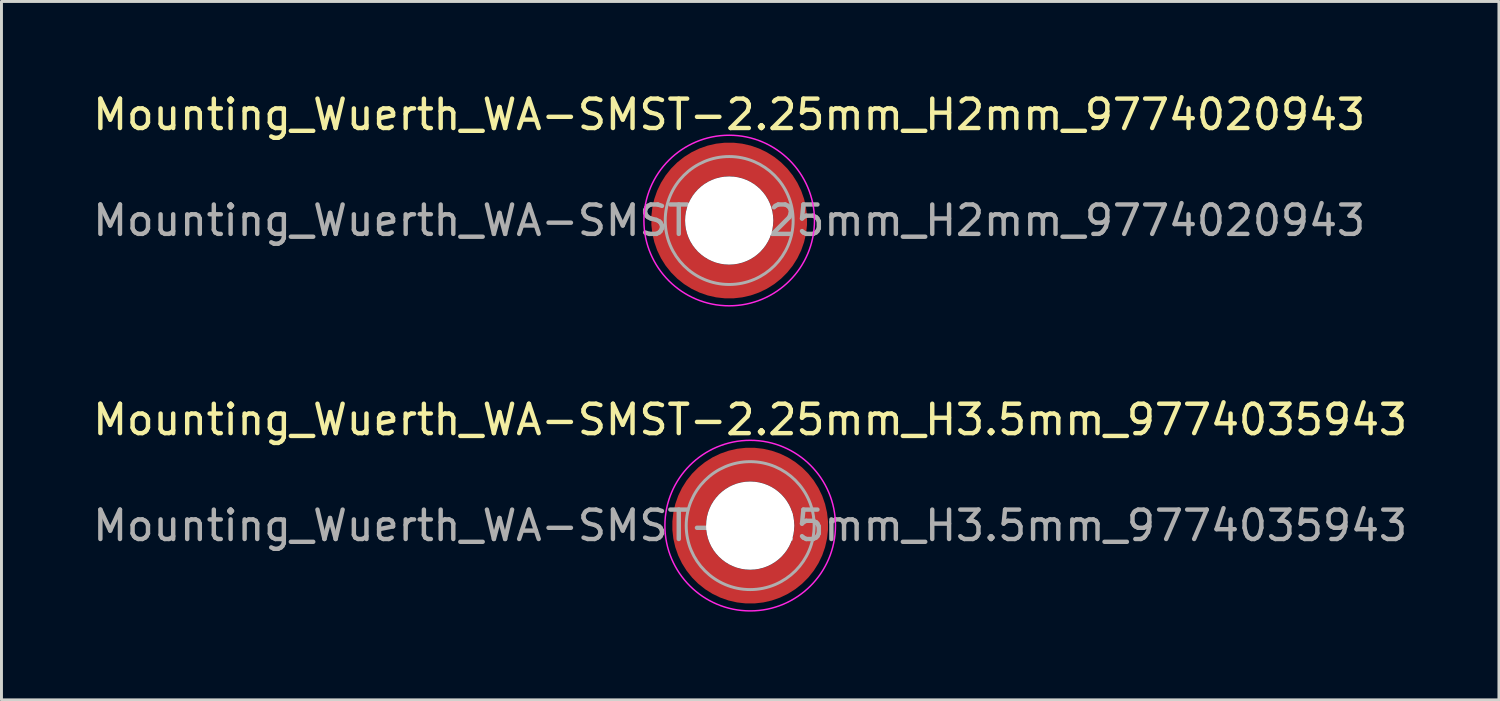
<source format=kicad_pcb>
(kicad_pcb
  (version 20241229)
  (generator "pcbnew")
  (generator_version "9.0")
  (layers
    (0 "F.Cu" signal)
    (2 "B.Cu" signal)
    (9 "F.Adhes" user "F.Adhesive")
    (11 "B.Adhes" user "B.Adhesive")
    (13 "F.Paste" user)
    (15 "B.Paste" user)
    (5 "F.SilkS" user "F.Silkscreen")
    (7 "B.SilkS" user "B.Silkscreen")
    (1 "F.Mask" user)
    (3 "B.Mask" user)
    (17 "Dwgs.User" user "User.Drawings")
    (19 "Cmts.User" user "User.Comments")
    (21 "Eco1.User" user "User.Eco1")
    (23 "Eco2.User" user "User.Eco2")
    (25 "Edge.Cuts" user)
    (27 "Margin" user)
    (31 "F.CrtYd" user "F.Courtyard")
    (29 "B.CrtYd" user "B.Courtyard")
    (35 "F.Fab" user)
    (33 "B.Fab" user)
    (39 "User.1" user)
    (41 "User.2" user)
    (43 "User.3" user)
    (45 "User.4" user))
  (footprint "Mounting_Wuerth_WA-SMST-2.25mm_H2mm_9774020943"
    (layer "F.Cu")
    (at 21.744 4.448)
    (property "Reference" "Mounting_Wuerth_WA-SMST-2.25mm_H2mm_9774020943" (at 0 -3.6 0) (layer "F.SilkS") (effects (font (size 1 1) (thickness 0.15))))
    (attr smd allow_soldermask_bridges)
    (fp_circle (center 0 0) (end 2.9 0) (stroke (width 0.05) (type solid)) (fill no) (layer "F.CrtYd"))
    (fp_circle (center 0 0) (end 2.175 0) (stroke (width 0.1) (type solid)) (fill no) (layer "F.Fab"))
    (fp_text user "${REFERENCE}" (at 0 0 0) (layer "F.Fab") (effects (font (size 1 1) (thickness 0.15))))
    (pad "" smd custom (at -1.453 -1.453) (size 0.505 0.505) (layers "F.Paste") (options (anchor circle)) (primitives (gr_arc (start -0.147677 1.053104) (mid 0.286378 0.286378) (end 1.053104 -0.147677) (width 0.2)) (gr_arc (start -0.240295 1.053104) (mid 0.222739 0.222739) (end 1.053104 -0.240295) (width 0.2)) (gr_arc (start -0.332645 1.053104) (mid 0.159099 0.159099) (end 1.053104 -0.332645) (width 0.2)) (gr_arc (start -0.424767 1.053104) (mid 0.095459 0.095459) (end 1.053104 -0.424767) (width 0.2)) (gr_arc (start -0.516693 1.053104) (mid 0.03182 0.03182) (end 1.053104 -0.516693) (width 0.2)) (gr_arc (start -0.608448 1.053104) (mid -0.03182 -0.03182) (end 1.053104 -0.608448) (width 0.2)) (gr_arc (start -0.700056 1.053104) (mid -0.095459 -0.095459) (end 1.053104 -0.700056) (width 0.2)) (gr_arc (start -0.791534 1.053104) (mid -0.159099 -0.159099) (end 1.053104 -0.791534) (width 0.2)) (gr_arc (start -0.882896 1.053104) (mid -0.222739 -0.222739) (end 1.053104 -0.882896) (width 0.2)) (gr_arc (start -0.974157 1.053104) (mid -0.286378 -0.286378) (end 1.053104 -0.974157) (width 0.2)) (gr_line (start 1.053 -0.148) (end 1.053 -0.974) (width 0.2)) (gr_line (start -0.148 1.053) (end -0.974 1.053) (width 0.2))))
    (pad "" smd custom (at -1.453 1.453) (size 0.505 0.505) (layers "F.Paste") (options (anchor circle)) (primitives (gr_arc (start 1.053104 0.147677) (mid 0.286378 -0.286378) (end -0.147677 -1.053104) (width 0.2)) (gr_arc (start 1.053104 0.240295) (mid 0.222739 -0.222739) (end -0.240295 -1.053104) (width 0.2)) (gr_arc (start 1.053104 0.332645) (mid 0.159099 -0.159099) (end -0.332645 -1.053104) (width 0.2)) (gr_arc (start 1.053104 0.424767) (mid 0.095459 -0.095459) (end -0.424767 -1.053104) (width 0.2)) (gr_arc (start 1.053104 0.516693) (mid 0.03182 -0.03182) (end -0.516693 -1.053104) (width 0.2)) (gr_arc (start 1.053104 0.608448) (mid -0.03182 0.03182) (end -0.608448 -1.053104) (width 0.2)) (gr_arc (start 1.053104 0.700056) (mid -0.095459 0.095459) (end -0.700056 -1.053104) (width 0.2)) (gr_arc (start 1.053104 0.791534) (mid -0.159099 0.159099) (end -0.791534 -1.053104) (width 0.2)) (gr_arc (start 1.053104 0.882896) (mid -0.222739 0.222739) (end -0.882896 -1.053104) (width 0.2)) (gr_arc (start 1.053104 0.974157) (mid -0.286378 0.286378) (end -0.974157 -1.053104) (width 0.2)) (gr_line (start -0.148 -1.053) (end -0.974 -1.053) (width 0.2)) (gr_line (start 1.053 0.148) (end 1.053 0.974) (width 0.2))))
    (pad "" np_thru_hole circle (at 0 0) (size 3 3) (drill 3) (layers "*.Cu" "*.Mask"))
    (pad "" smd custom (at 1.453 -1.453) (size 0.505 0.505) (layers "F.Paste") (options (anchor circle)) (primitives (gr_arc (start -1.053104 -0.147677) (mid -0.286378 0.286378) (end 0.147677 1.053104) (width 0.2)) (gr_arc (start -1.053104 -0.240295) (mid -0.222739 0.222739) (end 0.240295 1.053104) (width 0.2)) (gr_arc (start -1.053104 -0.332645) (mid -0.159099 0.159099) (end 0.332645 1.053104) (width 0.2)) (gr_arc (start -1.053104 -0.424767) (mid -0.095459 0.095459) (end 0.424767 1.053104) (width 0.2)) (gr_arc (start -1.053104 -0.516693) (mid -0.03182 0.03182) (end 0.516693 1.053104) (width 0.2)) (gr_arc (start -1.053104 -0.608448) (mid 0.03182 -0.03182) (end 0.608448 1.053104) (width 0.2)) (gr_arc (start -1.053104 -0.700056) (mid 0.095459 -0.095459) (end 0.700056 1.053104) (width 0.2)) (gr_arc (start -1.053104 -0.791534) (mid 0.159099 -0.159099) (end 0.791534 1.053104) (width 0.2)) (gr_arc (start -1.053104 -0.882896) (mid 0.222739 -0.222739) (end 0.882896 1.053104) (width 0.2)) (gr_arc (start -1.053104 -0.974157) (mid 0.286378 -0.286378) (end 0.974157 1.053104) (width 0.2)) (gr_line (start 0.148 1.053) (end 0.974 1.053) (width 0.2)) (gr_line (start -1.053 -0.148) (end -1.053 -0.974) (width 0.2))))
    (pad "" smd custom (at 1.453 1.453) (size 0.505 0.505) (layers "F.Paste") (options (anchor circle)) (primitives (gr_arc (start 0.147677 -1.053104) (mid -0.286378 -0.286378) (end -1.053104 0.147677) (width 0.2)) (gr_arc (start 0.240295 -1.053104) (mid -0.222739 -0.222739) (end -1.053104 0.240295) (width 0.2)) (gr_arc (start 0.332645 -1.053104) (mid -0.159099 -0.159099) (end -1.053104 0.332645) (width 0.2)) (gr_arc (start 0.424767 -1.053104) (mid -0.095459 -0.095459) (end -1.053104 0.424767) (width 0.2)) (gr_arc (start 0.516693 -1.053104) (mid -0.03182 -0.03182) (end -1.053104 0.516693) (width 0.2)) (gr_arc (start 0.608448 -1.053104) (mid 0.03182 0.03182) (end -1.053104 0.608448) (width 0.2)) (gr_arc (start 0.700056 -1.053104) (mid 0.095459 0.095459) (end -1.053104 0.700056) (width 0.2)) (gr_arc (start 0.791534 -1.053104) (mid 0.159099 0.159099) (end -1.053104 0.791534) (width 0.2)) (gr_arc (start 0.882896 -1.053104) (mid 0.222739 0.222739) (end -1.053104 0.882896) (width 0.2)) (gr_arc (start 0.974157 -1.053104) (mid 0.286378 0.286378) (end -1.053104 0.974157) (width 0.2)) (gr_line (start -1.053 0.148) (end -1.053 0.974) (width 0.2)) (gr_line (start 0.148 -1.053) (end 0.974 -1.053) (width 0.2))))
    (pad "1" smd circle (at -2.075 0) (size 0.642 0.642) (layers "F.Cu"))
    (pad "1" smd circle (at 0 -2.075) (size 0.642 0.642) (layers "F.Cu"))
    (pad "1" smd circle (at 0 2.075) (size 0.642 0.642) (layers "F.Cu"))
    (pad "1" smd custom (at 2.075 0) (size 1.15 1.15) (layers "F.Cu" "F.Mask") (options (anchor circle)) (primitives (gr_circle (center -2.075 0) (end 0 0) (width 1.15) (fill no)))))
  (footprint "Mounting_Wuerth_WA-SMST-2.25mm_H3.5mm_9774035943"
    (layer "F.Cu")
    (at 22.458 14.822)
    (property "Reference" "Mounting_Wuerth_WA-SMST-2.25mm_H3.5mm_9774035943" (at 0 -3.6 0) (layer "F.SilkS") (effects (font (size 1 1) (thickness 0.15))))
    (attr smd allow_soldermask_bridges)
    (fp_circle (center 0 0) (end 2.9 0) (stroke (width 0.05) (type solid)) (fill no) (layer "F.CrtYd"))
    (fp_circle (center 0 0) (end 2.175 0) (stroke (width 0.1) (type solid)) (fill no) (layer "F.Fab"))
    (fp_text user "${REFERENCE}" (at 0 0 0) (layer "F.Fab") (effects (font (size 1 1) (thickness 0.15))))
    (pad "" smd custom (at -1.453 -1.453) (size 0.505 0.505) (layers "F.Paste") (options (anchor circle)) (primitives (gr_arc (start -0.147677 1.053104) (mid 0.286378 0.286378) (end 1.053104 -0.147677) (width 0.2)) (gr_arc (start -0.240295 1.053104) (mid 0.222739 0.222739) (end 1.053104 -0.240295) (width 0.2)) (gr_arc (start -0.332645 1.053104) (mid 0.159099 0.159099) (end 1.053104 -0.332645) (width 0.2)) (gr_arc (start -0.424767 1.053104) (mid 0.095459 0.095459) (end 1.053104 -0.424767) (width 0.2)) (gr_arc (start -0.516693 1.053104) (mid 0.03182 0.03182) (end 1.053104 -0.516693) (width 0.2)) (gr_arc (start -0.608448 1.053104) (mid -0.03182 -0.03182) (end 1.053104 -0.608448) (width 0.2)) (gr_arc (start -0.700056 1.053104) (mid -0.095459 -0.095459) (end 1.053104 -0.700056) (width 0.2)) (gr_arc (start -0.791534 1.053104) (mid -0.159099 -0.159099) (end 1.053104 -0.791534) (width 0.2)) (gr_arc (start -0.882896 1.053104) (mid -0.222739 -0.222739) (end 1.053104 -0.882896) (width 0.2)) (gr_arc (start -0.974157 1.053104) (mid -0.286378 -0.286378) (end 1.053104 -0.974157) (width 0.2)) (gr_line (start 1.053 -0.148) (end 1.053 -0.974) (width 0.2)) (gr_line (start -0.148 1.053) (end -0.974 1.053) (width 0.2))))
    (pad "" smd custom (at -1.453 1.453) (size 0.505 0.505) (layers "F.Paste") (options (anchor circle)) (primitives (gr_arc (start 1.053104 0.147677) (mid 0.286378 -0.286378) (end -0.147677 -1.053104) (width 0.2)) (gr_arc (start 1.053104 0.240295) (mid 0.222739 -0.222739) (end -0.240295 -1.053104) (width 0.2)) (gr_arc (start 1.053104 0.332645) (mid 0.159099 -0.159099) (end -0.332645 -1.053104) (width 0.2)) (gr_arc (start 1.053104 0.424767) (mid 0.095459 -0.095459) (end -0.424767 -1.053104) (width 0.2)) (gr_arc (start 1.053104 0.516693) (mid 0.03182 -0.03182) (end -0.516693 -1.053104) (width 0.2)) (gr_arc (start 1.053104 0.608448) (mid -0.03182 0.03182) (end -0.608448 -1.053104) (width 0.2)) (gr_arc (start 1.053104 0.700056) (mid -0.095459 0.095459) (end -0.700056 -1.053104) (width 0.2)) (gr_arc (start 1.053104 0.791534) (mid -0.159099 0.159099) (end -0.791534 -1.053104) (width 0.2)) (gr_arc (start 1.053104 0.882896) (mid -0.222739 0.222739) (end -0.882896 -1.053104) (width 0.2)) (gr_arc (start 1.053104 0.974157) (mid -0.286378 0.286378) (end -0.974157 -1.053104) (width 0.2)) (gr_line (start -0.148 -1.053) (end -0.974 -1.053) (width 0.2)) (gr_line (start 1.053 0.148) (end 1.053 0.974) (width 0.2))))
    (pad "" np_thru_hole circle (at 0 0) (size 3 3) (drill 3) (layers "*.Cu" "*.Mask"))
    (pad "" smd custom (at 1.453 -1.453) (size 0.505 0.505) (layers "F.Paste") (options (anchor circle)) (primitives (gr_arc (start -1.053104 -0.147677) (mid -0.286378 0.286378) (end 0.147677 1.053104) (width 0.2)) (gr_arc (start -1.053104 -0.240295) (mid -0.222739 0.222739) (end 0.240295 1.053104) (width 0.2)) (gr_arc (start -1.053104 -0.332645) (mid -0.159099 0.159099) (end 0.332645 1.053104) (width 0.2)) (gr_arc (start -1.053104 -0.424767) (mid -0.095459 0.095459) (end 0.424767 1.053104) (width 0.2)) (gr_arc (start -1.053104 -0.516693) (mid -0.03182 0.03182) (end 0.516693 1.053104) (width 0.2)) (gr_arc (start -1.053104 -0.608448) (mid 0.03182 -0.03182) (end 0.608448 1.053104) (width 0.2)) (gr_arc (start -1.053104 -0.700056) (mid 0.095459 -0.095459) (end 0.700056 1.053104) (width 0.2)) (gr_arc (start -1.053104 -0.791534) (mid 0.159099 -0.159099) (end 0.791534 1.053104) (width 0.2)) (gr_arc (start -1.053104 -0.882896) (mid 0.222739 -0.222739) (end 0.882896 1.053104) (width 0.2)) (gr_arc (start -1.053104 -0.974157) (mid 0.286378 -0.286378) (end 0.974157 1.053104) (width 0.2)) (gr_line (start 0.148 1.053) (end 0.974 1.053) (width 0.2)) (gr_line (start -1.053 -0.148) (end -1.053 -0.974) (width 0.2))))
    (pad "" smd custom (at 1.453 1.453) (size 0.505 0.505) (layers "F.Paste") (options (anchor circle)) (primitives (gr_arc (start 0.147677 -1.053104) (mid -0.286378 -0.286378) (end -1.053104 0.147677) (width 0.2)) (gr_arc (start 0.240295 -1.053104) (mid -0.222739 -0.222739) (end -1.053104 0.240295) (width 0.2)) (gr_arc (start 0.332645 -1.053104) (mid -0.159099 -0.159099) (end -1.053104 0.332645) (width 0.2)) (gr_arc (start 0.424767 -1.053104) (mid -0.095459 -0.095459) (end -1.053104 0.424767) (width 0.2)) (gr_arc (start 0.516693 -1.053104) (mid -0.03182 -0.03182) (end -1.053104 0.516693) (width 0.2)) (gr_arc (start 0.608448 -1.053104) (mid 0.03182 0.03182) (end -1.053104 0.608448) (width 0.2)) (gr_arc (start 0.700056 -1.053104) (mid 0.095459 0.095459) (end -1.053104 0.700056) (width 0.2)) (gr_arc (start 0.791534 -1.053104) (mid 0.159099 0.159099) (end -1.053104 0.791534) (width 0.2)) (gr_arc (start 0.882896 -1.053104) (mid 0.222739 0.222739) (end -1.053104 0.882896) (width 0.2)) (gr_arc (start 0.974157 -1.053104) (mid 0.286378 0.286378) (end -1.053104 0.974157) (width 0.2)) (gr_line (start -1.053 0.148) (end -1.053 0.974) (width 0.2)) (gr_line (start 0.148 -1.053) (end 0.974 -1.053) (width 0.2))))
    (pad "1" smd circle (at -2.075 0) (size 0.642 0.642) (layers "F.Cu"))
    (pad "1" smd circle (at 0 -2.075) (size 0.642 0.642) (layers "F.Cu"))
    (pad "1" smd circle (at 0 2.075) (size 0.642 0.642) (layers "F.Cu"))
    (pad "1" smd custom (at 2.075 0) (size 1.15 1.15) (layers "F.Cu" "F.Mask") (options (anchor circle)) (primitives (gr_circle (center -2.075 0) (end 0 0) (width 1.15) (fill no)))))
  (gr_rect
    (start -3 -3)
    (end 47.917 20.747)
    (stroke (width 0.1) (type default))
    (fill no)
    (layer "Edge.Cuts")))
</source>
